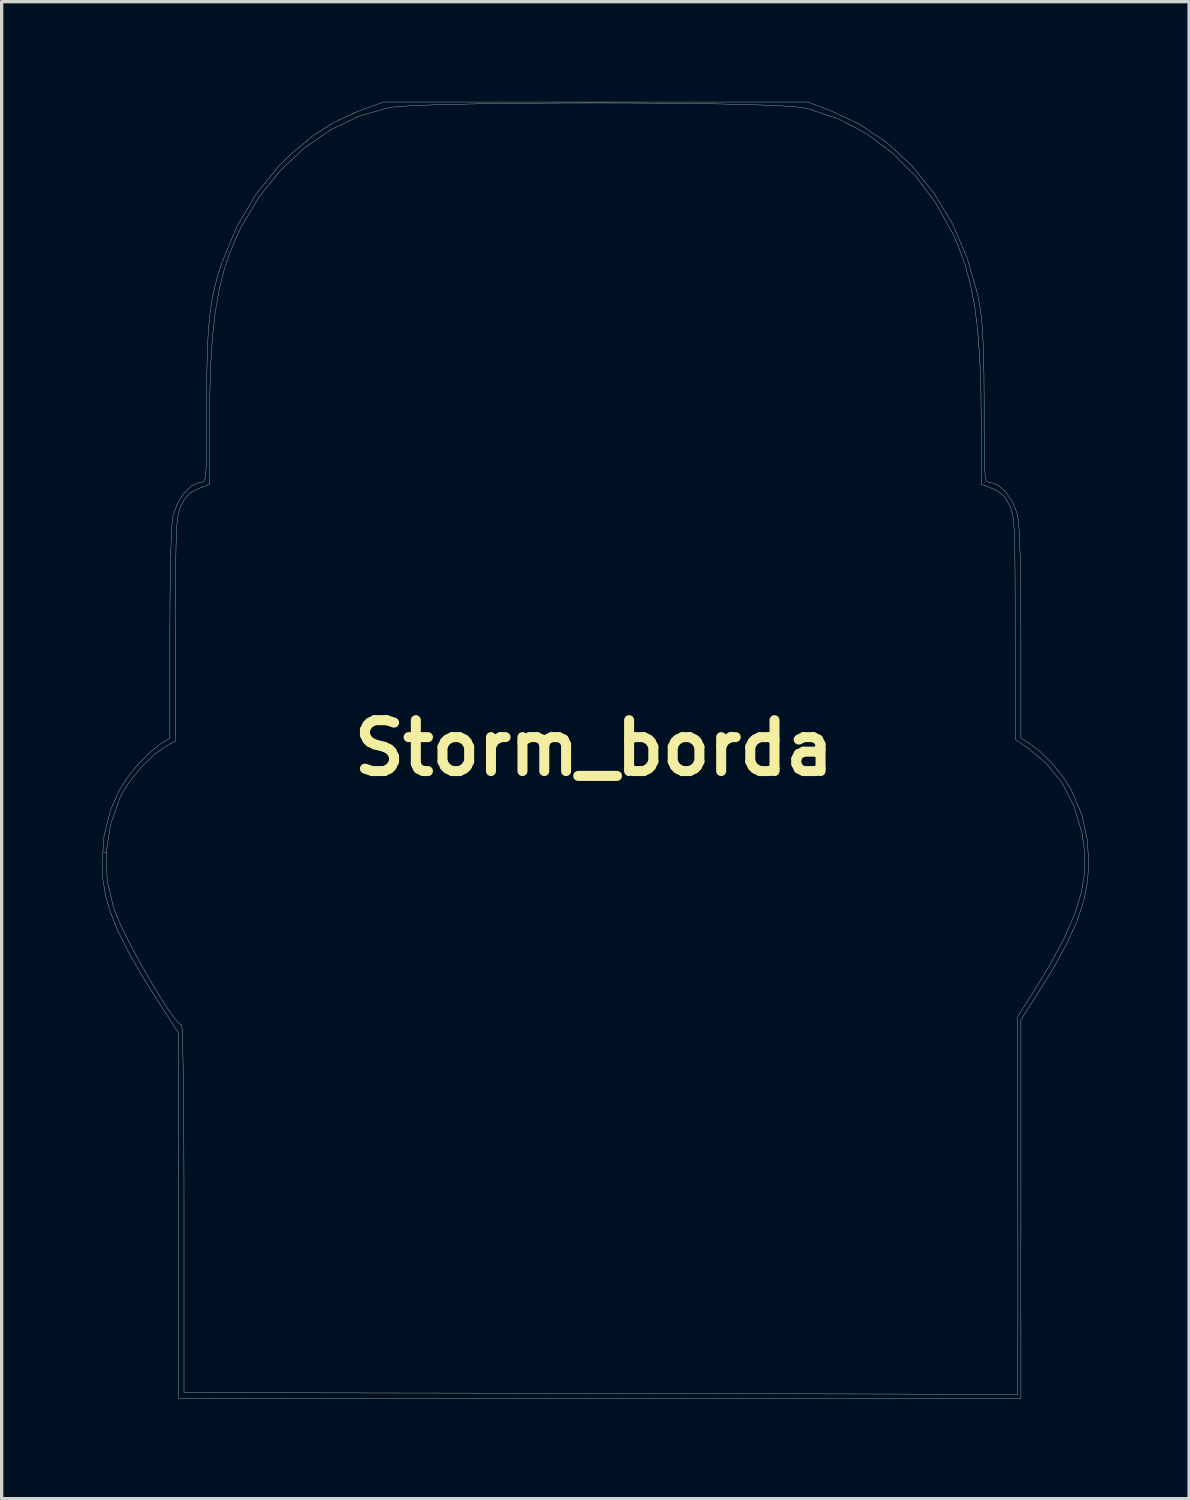
<source format=kicad_pcb>
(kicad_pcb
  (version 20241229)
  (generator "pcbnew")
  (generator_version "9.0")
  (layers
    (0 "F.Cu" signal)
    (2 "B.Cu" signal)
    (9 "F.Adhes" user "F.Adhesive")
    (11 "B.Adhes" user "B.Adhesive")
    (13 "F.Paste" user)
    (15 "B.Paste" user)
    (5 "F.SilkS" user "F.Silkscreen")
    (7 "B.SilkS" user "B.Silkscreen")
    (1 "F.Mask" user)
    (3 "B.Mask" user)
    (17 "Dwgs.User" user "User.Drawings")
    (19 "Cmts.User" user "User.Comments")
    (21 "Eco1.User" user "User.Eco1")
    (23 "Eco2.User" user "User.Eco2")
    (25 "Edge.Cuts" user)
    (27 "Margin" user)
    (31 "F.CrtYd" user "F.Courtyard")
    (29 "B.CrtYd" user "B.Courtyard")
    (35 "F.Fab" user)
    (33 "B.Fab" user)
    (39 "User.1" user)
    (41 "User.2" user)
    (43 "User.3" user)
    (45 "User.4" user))
  (footprint "Storm_borda"
    (layer "F.Cu")
    (at 14.737 19.351)
    (property "Reference" "Storm_borda" (at 0 0 0) (layer "F.SilkS") (effects (font (size 1.524 1.524) (thickness 0.3))))
    (attr through_hole)
    (fp_poly (pts (xy 7.013 -19.119) (xy 7.93 -18.696) (xy 8.771 -18.13) (xy 9.525 -17.433) (xy 10.183 -16.618) (xy 10.736 -15.699) (xy 11.173 -14.687) (xy 11.486 -13.595) (xy 11.56 -13.218) (xy 11.605 -12.885) (xy 11.639 -12.456) (xy 11.663 -11.914) (xy 11.678 -11.242) (xy 11.684 -10.421) (xy 11.684 -10.234) (xy 11.684 -9.555) (xy 11.686 -9.027) (xy 11.691 -8.63) (xy 11.701 -8.346) (xy 11.716 -8.156) (xy 11.739 -8.042) (xy 11.771 -7.983) (xy 11.814 -7.962) (xy 11.862 -7.959) (xy 12.089 -7.882) (xy 12.321 -7.68) (xy 12.523 -7.39) (xy 12.665 -7.051) (xy 12.689 -6.958) (xy 12.718 -6.729) (xy 12.742 -6.338) (xy 12.761 -5.794) (xy 12.774 -5.103) (xy 12.782 -4.273) (xy 12.785 -3.401) (xy 12.785 -0.291) (xy 13.03 -0.146) (xy 13.365 0.106) (xy 13.721 0.462) (xy 14.05 0.87) (xy 14.297 1.26) (xy 14.605 1.986) (xy 14.775 2.76) (xy 14.817 3.453) (xy 14.779 4.018) (xy 14.662 4.596) (xy 14.456 5.208) (xy 14.153 5.874) (xy 13.745 6.617) (xy 13.239 7.432) (xy 12.785 8.134) (xy 12.785 19.473) (xy -12.446 19.473) (xy -12.446 8.525) (xy -13.025 7.628) (xy -13.535 6.815) (xy -13.941 6.108) (xy -14.252 5.485) (xy -14.479 4.925) (xy -14.628 4.407) (xy -14.71 3.908) (xy -14.732 3.453) (xy -14.708 3.133) (xy -14.608 3.133) (xy -14.578 3.967) (xy -14.387 4.778) (xy -14.346 4.889) (xy -14.202 5.232) (xy -14.007 5.641) (xy -13.775 6.09) (xy -13.521 6.554) (xy -13.259 7.01) (xy -13.004 7.432) (xy -12.769 7.796) (xy -12.571 8.078) (xy -12.422 8.252) (xy -12.349 8.297) (xy -12.336 8.38) (xy -12.325 8.617) (xy -12.314 8.996) (xy -12.304 9.502) (xy -12.295 10.121) (xy -12.288 10.839) (xy -12.282 11.642) (xy -12.279 12.516) (xy -12.277 13.447) (xy -12.277 13.8) (xy -12.277 19.303) (xy 0.191 19.325) (xy 1.63 19.328) (xy 3.022 19.331) (xy 4.358 19.334) (xy 5.629 19.337) (xy 6.825 19.34) (xy 7.937 19.343) (xy 8.956 19.346) (xy 9.871 19.35) (xy 10.675 19.353) (xy 11.356 19.356) (xy 11.907 19.359) (xy 12.317 19.362) (xy 12.578 19.365) (xy 12.68 19.368) (xy 12.681 19.368) (xy 12.684 19.289) (xy 12.688 19.055) (xy 12.691 18.679) (xy 12.693 18.175) (xy 12.695 17.556) (xy 12.696 16.838) (xy 12.696 16.032) (xy 12.696 15.154) (xy 12.695 14.216) (xy 12.695 13.714) (xy 12.686 8.04) (xy 13.122 7.36) (xy 13.661 6.479) (xy 14.082 5.694) (xy 14.39 4.987) (xy 14.592 4.338) (xy 14.693 3.729) (xy 14.699 3.141) (xy 14.616 2.555) (xy 14.616 2.555) (xy 14.374 1.738) (xy 14.017 1.04) (xy 13.537 0.449) (xy 12.977 -0.013) (xy 12.615 -0.262) (xy 12.613 -3.581) (xy 12.613 -4.423) (xy 12.61 -5.113) (xy 12.606 -5.669) (xy 12.599 -6.107) (xy 12.588 -6.446) (xy 12.573 -6.703) (xy 12.552 -6.894) (xy 12.525 -7.039) (xy 12.492 -7.153) (xy 12.451 -7.255) (xy 12.445 -7.266) (xy 12.287 -7.536) (xy 12.079 -7.703) (xy 11.939 -7.766) (xy 11.599 -7.9) (xy 11.598 -9.644) (xy 11.587 -10.734) (xy 11.552 -11.679) (xy 11.492 -12.501) (xy 11.402 -13.221) (xy 11.279 -13.864) (xy 11.12 -14.449) (xy 10.921 -15.002) (xy 10.753 -15.389) (xy 10.249 -16.302) (xy 9.638 -17.117) (xy 8.935 -17.821) (xy 8.156 -18.401) (xy 7.318 -18.843) (xy 6.436 -19.135) (xy 6.23 -19.178) (xy 5.99 -19.207) (xy 5.599 -19.232) (xy 5.076 -19.254) (xy 4.439 -19.273) (xy 3.706 -19.289) (xy 2.897 -19.301) (xy 2.029 -19.31) (xy 1.121 -19.315) (xy 0.192 -19.317) (xy -0.74 -19.316) (xy -1.656 -19.312) (xy -2.539 -19.304) (xy -3.369 -19.293) (xy -4.128 -19.278) (xy -4.798 -19.261) (xy -5.36 -19.24) (xy -5.795 -19.216) (xy -6.085 -19.188) (xy -6.145 -19.178) (xy -7.032 -18.924) (xy -7.88 -18.516) (xy -8.673 -17.967) (xy -9.394 -17.292) (xy -10.028 -16.503) (xy -10.559 -15.614) (xy -10.671 -15.382) (xy -10.9 -14.841) (xy -11.086 -14.281) (xy -11.234 -13.68) (xy -11.347 -13.016) (xy -11.428 -12.266) (xy -11.481 -11.407) (xy -11.508 -10.419) (xy -11.513 -9.644) (xy -11.515 -7.9) (xy -11.855 -7.766) (xy -12.111 -7.627) (xy -12.285 -7.416) (xy -12.361 -7.266) (xy -12.403 -7.165) (xy -12.437 -7.054) (xy -12.464 -6.915) (xy -12.486 -6.73) (xy -12.502 -6.483) (xy -12.513 -6.156) (xy -12.521 -5.732) (xy -12.525 -5.193) (xy -12.528 -4.523) (xy -12.529 -3.703) (xy -12.529 -3.554) (xy -12.531 -0.208) (xy -12.828 -0.048) (xy -13.147 0.178) (xy -13.493 0.508) (xy -13.822 0.893) (xy -14.089 1.283) (xy -14.189 1.475) (xy -14.478 2.295) (xy -14.608 3.133) (xy -14.708 3.133) (xy -14.669 2.61) (xy -14.473 1.846) (xy -14.214 1.264) (xy -13.966 0.875) (xy -13.644 0.479) (xy -13.295 0.126) (xy -12.966 -0.132) (xy -12.933 -0.152) (xy -12.7 -0.291) (xy -12.7 -3.401) (xy -12.697 -4.351) (xy -12.688 -5.169) (xy -12.674 -5.847) (xy -12.655 -6.379) (xy -12.631 -6.756) (xy -12.604 -6.958) (xy -12.483 -7.303) (xy -12.294 -7.61) (xy -12.067 -7.84) (xy -11.835 -7.953) (xy -11.777 -7.959) (xy -11.724 -7.963) (xy -11.683 -7.987) (xy -11.652 -8.05) (xy -11.63 -8.172) (xy -11.615 -8.371) (xy -11.606 -8.665) (xy -11.601 -9.074) (xy -11.6 -9.617) (xy -11.599 -10.234) (xy -11.595 -11.099) (xy -11.58 -11.822) (xy -11.552 -12.427) (xy -11.507 -12.942) (xy -11.444 -13.393) (xy -11.359 -13.805) (xy -11.25 -14.205) (xy -11.148 -14.52) (xy -10.697 -15.609) (xy -10.125 -16.58) (xy -9.432 -17.436) (xy -9.073 -17.789) (xy -8.433 -18.324) (xy -7.79 -18.735) (xy -7.086 -19.06) (xy -6.929 -19.119) (xy -6.308 -19.346) (xy 6.392 -19.346) (xy 7.013 -19.119)) (stroke (width 0.01) (type solid)) (fill no) (layer "Edge.Cuts"))
    (fp_poly (pts (xy 7.013 -19.119) (xy 7.93 -18.696) (xy 8.771 -18.13) (xy 9.525 -17.433) (xy 10.183 -16.618) (xy 10.736 -15.699) (xy 11.173 -14.687) (xy 11.486 -13.595) (xy 11.56 -13.218) (xy 11.605 -12.885) (xy 11.639 -12.456) (xy 11.663 -11.914) (xy 11.678 -11.242) (xy 11.684 -10.421) (xy 11.684 -10.234) (xy 11.684 -9.555) (xy 11.686 -9.027) (xy 11.691 -8.63) (xy 11.701 -8.346) (xy 11.716 -8.156) (xy 11.739 -8.042) (xy 11.771 -7.983) (xy 11.814 -7.962) (xy 11.862 -7.959) (xy 12.089 -7.882) (xy 12.321 -7.68) (xy 12.523 -7.39) (xy 12.665 -7.051) (xy 12.689 -6.958) (xy 12.718 -6.729) (xy 12.742 -6.338) (xy 12.761 -5.794) (xy 12.774 -5.103) (xy 12.782 -4.273) (xy 12.785 -3.401) (xy 12.785 -0.291) (xy 13.03 -0.146) (xy 13.365 0.106) (xy 13.721 0.462) (xy 14.05 0.87) (xy 14.297 1.26) (xy 14.605 1.986) (xy 14.775 2.76) (xy 14.817 3.453) (xy 14.779 4.018) (xy 14.662 4.596) (xy 14.456 5.208) (xy 14.153 5.874) (xy 13.745 6.617) (xy 13.239 7.432) (xy 12.785 8.134) (xy 12.785 19.473) (xy -12.446 19.473) (xy -12.446 8.525) (xy -13.025 7.628) (xy -13.535 6.815) (xy -13.941 6.108) (xy -14.252 5.485) (xy -14.479 4.925) (xy -14.628 4.407) (xy -14.71 3.908) (xy -14.732 3.453) (xy -14.708 3.133) (xy -14.608 3.133) (xy -14.578 3.967) (xy -14.387 4.778) (xy -14.346 4.889) (xy -14.202 5.232) (xy -14.007 5.641) (xy -13.775 6.09) (xy -13.521 6.554) (xy -13.259 7.01) (xy -13.004 7.432) (xy -12.769 7.796) (xy -12.571 8.078) (xy -12.422 8.252) (xy -12.349 8.297) (xy -12.336 8.38) (xy -12.325 8.617) (xy -12.314 8.996) (xy -12.304 9.502) (xy -12.295 10.121) (xy -12.288 10.839) (xy -12.282 11.642) (xy -12.279 12.516) (xy -12.277 13.447) (xy -12.277 13.8) (xy -12.277 19.303) (xy 0.191 19.325) (xy 1.63 19.328) (xy 3.022 19.331) (xy 4.358 19.334) (xy 5.629 19.337) (xy 6.825 19.34) (xy 7.937 19.343) (xy 8.956 19.346) (xy 9.871 19.35) (xy 10.675 19.353) (xy 11.356 19.356) (xy 11.907 19.359) (xy 12.317 19.362) (xy 12.578 19.365) (xy 12.68 19.368) (xy 12.681 19.368) (xy 12.684 19.289) (xy 12.688 19.055) (xy 12.691 18.679) (xy 12.693 18.175) (xy 12.695 17.556) (xy 12.696 16.838) (xy 12.696 16.032) (xy 12.696 15.154) (xy 12.695 14.216) (xy 12.695 13.714) (xy 12.686 8.04) (xy 13.122 7.36) (xy 13.661 6.479) (xy 14.082 5.694) (xy 14.39 4.987) (xy 14.592 4.338) (xy 14.693 3.729) (xy 14.699 3.141) (xy 14.616 2.555) (xy 14.616 2.555) (xy 14.374 1.738) (xy 14.017 1.04) (xy 13.537 0.449) (xy 12.977 -0.013) (xy 12.615 -0.262) (xy 12.613 -3.581) (xy 12.613 -4.423) (xy 12.61 -5.113) (xy 12.606 -5.669) (xy 12.599 -6.107) (xy 12.588 -6.446) (xy 12.573 -6.703) (xy 12.552 -6.894) (xy 12.525 -7.039) (xy 12.492 -7.153) (xy 12.451 -7.255) (xy 12.445 -7.266) (xy 12.287 -7.536) (xy 12.079 -7.703) (xy 11.939 -7.766) (xy 11.599 -7.9) (xy 11.598 -9.644) (xy 11.587 -10.734) (xy 11.552 -11.679) (xy 11.492 -12.501) (xy 11.402 -13.221) (xy 11.279 -13.864) (xy 11.12 -14.449) (xy 10.921 -15.002) (xy 10.753 -15.389) (xy 10.249 -16.302) (xy 9.638 -17.117) (xy 8.935 -17.821) (xy 8.156 -18.401) (xy 7.318 -18.843) (xy 6.436 -19.135) (xy 6.23 -19.178) (xy 5.99 -19.207) (xy 5.599 -19.232) (xy 5.076 -19.254) (xy 4.439 -19.273) (xy 3.706 -19.289) (xy 2.897 -19.301) (xy 2.029 -19.31) (xy 1.121 -19.315) (xy 0.192 -19.317) (xy -0.74 -19.316) (xy -1.656 -19.312) (xy -2.539 -19.304) (xy -3.369 -19.293) (xy -4.128 -19.278) (xy -4.798 -19.261) (xy -5.36 -19.24) (xy -5.795 -19.216) (xy -6.085 -19.188) (xy -6.145 -19.178) (xy -7.032 -18.924) (xy -7.88 -18.516) (xy -8.673 -17.967) (xy -9.394 -17.292) (xy -10.028 -16.503) (xy -10.559 -15.614) (xy -10.671 -15.382) (xy -10.9 -14.841) (xy -11.086 -14.281) (xy -11.234 -13.68) (xy -11.347 -13.016) (xy -11.428 -12.266) (xy -11.481 -11.407) (xy -11.508 -10.419) (xy -11.513 -9.644) (xy -11.515 -7.9) (xy -11.855 -7.766) (xy -12.111 -7.627) (xy -12.285 -7.416) (xy -12.361 -7.266) (xy -12.403 -7.165) (xy -12.437 -7.054) (xy -12.464 -6.915) (xy -12.486 -6.73) (xy -12.502 -6.483) (xy -12.513 -6.156) (xy -12.521 -5.732) (xy -12.525 -5.193) (xy -12.528 -4.523) (xy -12.529 -3.703) (xy -12.529 -3.554) (xy -12.531 -0.208) (xy -12.828 -0.048) (xy -13.147 0.178) (xy -13.493 0.508) (xy -13.822 0.893) (xy -14.089 1.283) (xy -14.189 1.475) (xy -14.478 2.295) (xy -14.608 3.133) (xy -14.708 3.133) (xy -14.669 2.61) (xy -14.473 1.846) (xy -14.214 1.264) (xy -13.966 0.875) (xy -13.644 0.479) (xy -13.295 0.126) (xy -12.966 -0.132) (xy -12.933 -0.152) (xy -12.7 -0.291) (xy -12.7 -3.401) (xy -12.697 -4.351) (xy -12.688 -5.169) (xy -12.674 -5.847) (xy -12.655 -6.379) (xy -12.631 -6.756) (xy -12.604 -6.958) (xy -12.483 -7.303) (xy -12.294 -7.61) (xy -12.067 -7.84) (xy -11.835 -7.953) (xy -11.777 -7.959) (xy -11.724 -7.963) (xy -11.683 -7.987) (xy -11.652 -8.05) (xy -11.63 -8.172) (xy -11.615 -8.371) (xy -11.606 -8.665) (xy -11.601 -9.074) (xy -11.6 -9.617) (xy -11.599 -10.234) (xy -11.595 -11.099) (xy -11.58 -11.822) (xy -11.552 -12.427) (xy -11.507 -12.942) (xy -11.444 -13.393) (xy -11.359 -13.805) (xy -11.25 -14.205) (xy -11.148 -14.52) (xy -10.697 -15.609) (xy -10.125 -16.58) (xy -9.432 -17.436) (xy -9.073 -17.789) (xy -8.433 -18.324) (xy -7.79 -18.735) (xy -7.086 -19.06) (xy -6.929 -19.119) (xy -6.308 -19.346) (xy 6.392 -19.346) (xy 7.013 -19.119)) (stroke (width 0.01) (type solid)) (fill no) (layer "Margin")))
  (gr_rect
    (start -3 -3)
    (end 32.559 41.83)
    (stroke (width 0.1) (type default))
    (fill no)
    (layer "Edge.Cuts")))
</source>
